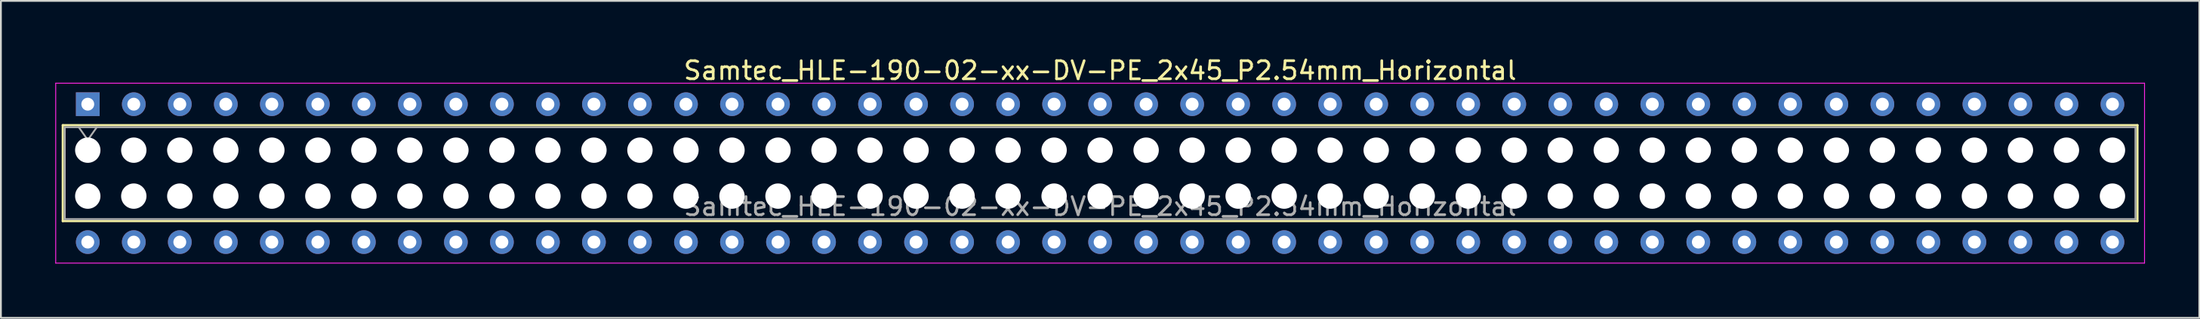
<source format=kicad_pcb>
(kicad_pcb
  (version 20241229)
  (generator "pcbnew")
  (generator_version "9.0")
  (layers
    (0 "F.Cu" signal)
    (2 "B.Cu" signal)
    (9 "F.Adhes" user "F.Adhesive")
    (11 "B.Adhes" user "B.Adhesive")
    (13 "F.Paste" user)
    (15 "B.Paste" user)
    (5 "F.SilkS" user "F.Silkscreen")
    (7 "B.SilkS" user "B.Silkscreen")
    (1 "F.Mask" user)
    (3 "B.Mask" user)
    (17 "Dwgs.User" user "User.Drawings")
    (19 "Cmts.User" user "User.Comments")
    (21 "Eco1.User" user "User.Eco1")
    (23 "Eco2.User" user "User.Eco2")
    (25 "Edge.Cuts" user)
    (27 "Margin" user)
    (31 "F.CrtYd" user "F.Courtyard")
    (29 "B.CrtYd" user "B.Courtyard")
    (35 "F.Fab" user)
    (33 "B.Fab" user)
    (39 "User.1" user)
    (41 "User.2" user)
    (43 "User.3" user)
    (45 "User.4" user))
  (footprint "Samtec_HLE-190-02-xx-DV-PE_2x45_P2.54mm_Horizontal"
    (layer "F.Cu")
    (at 1.795 2.708)
    (property "Reference" "Samtec_HLE-190-02-xx-DV-PE_2x45_P2.54mm_Horizontal" (at 55.88 -1.86 0) (layer "F.SilkS") (effects (font (size 1 1) (thickness 0.15))))
    (attr through_hole)
    (fp_line (start -1.38 1.16) (end 113.14 1.16) (stroke (width 0.12) (type solid)) (layer "F.SilkS"))
    (fp_line (start -1.38 6.46) (end -1.38 1.16) (stroke (width 0.12) (type solid)) (layer "F.SilkS"))
    (fp_line (start 113.14 1.16) (end 113.14 6.46) (stroke (width 0.12) (type solid)) (layer "F.SilkS"))
    (fp_line (start 113.14 6.46) (end -1.38 6.46) (stroke (width 0.12) (type solid)) (layer "F.SilkS"))
    (fp_line (start -1.77 -1.16) (end 113.53 -1.16) (stroke (width 0.05) (type solid)) (layer "F.CrtYd"))
    (fp_line (start -1.77 8.78) (end -1.77 -1.16) (stroke (width 0.05) (type solid)) (layer "F.CrtYd"))
    (fp_line (start 113.53 -1.16) (end 113.53 8.78) (stroke (width 0.05) (type solid)) (layer "F.CrtYd"))
    (fp_line (start 113.53 8.78) (end -1.77 8.78) (stroke (width 0.05) (type solid)) (layer "F.CrtYd"))
    (fp_line (start -1.27 1.27) (end 113.03 1.27) (stroke (width 0.1) (type solid)) (layer "F.Fab"))
    (fp_line (start -1.27 6.35) (end -1.27 1.27) (stroke (width 0.1) (type solid)) (layer "F.Fab"))
    (fp_line (start -0.5 1.27) (end 0 1.977) (stroke (width 0.1) (type solid)) (layer "F.Fab"))
    (fp_line (start 0 1.977) (end 0.5 1.27) (stroke (width 0.1) (type solid)) (layer "F.Fab"))
    (fp_line (start 113.03 1.27) (end 113.03 6.35) (stroke (width 0.1) (type solid)) (layer "F.Fab"))
    (fp_line (start 113.03 6.35) (end -1.27 6.35) (stroke (width 0.1) (type solid)) (layer "F.Fab"))
    (fp_text user "${REFERENCE}" (at 55.88 5.65 0) (layer "F.Fab") (effects (font (size 1 1) (thickness 0.15))))
    (pad "" np_thru_hole circle (at 0 2.54) (size 1.4 1.4) (drill 1.4) (layers "*.Cu" "*.Mask"))
    (pad "" np_thru_hole circle (at 0 5.08) (size 1.4 1.4) (drill 1.4) (layers "*.Cu" "*.Mask"))
    (pad "" np_thru_hole circle (at 2.54 2.54) (size 1.4 1.4) (drill 1.4) (layers "*.Cu" "*.Mask"))
    (pad "" np_thru_hole circle (at 2.54 5.08) (size 1.4 1.4) (drill 1.4) (layers "*.Cu" "*.Mask"))
    (pad "" np_thru_hole circle (at 5.08 2.54) (size 1.4 1.4) (drill 1.4) (layers "*.Cu" "*.Mask"))
    (pad "" np_thru_hole circle (at 5.08 5.08) (size 1.4 1.4) (drill 1.4) (layers "*.Cu" "*.Mask"))
    (pad "" np_thru_hole circle (at 7.62 2.54) (size 1.4 1.4) (drill 1.4) (layers "*.Cu" "*.Mask"))
    (pad "" np_thru_hole circle (at 7.62 5.08) (size 1.4 1.4) (drill 1.4) (layers "*.Cu" "*.Mask"))
    (pad "" np_thru_hole circle (at 10.16 2.54) (size 1.4 1.4) (drill 1.4) (layers "*.Cu" "*.Mask"))
    (pad "" np_thru_hole circle (at 10.16 5.08) (size 1.4 1.4) (drill 1.4) (layers "*.Cu" "*.Mask"))
    (pad "" np_thru_hole circle (at 12.7 2.54) (size 1.4 1.4) (drill 1.4) (layers "*.Cu" "*.Mask"))
    (pad "" np_thru_hole circle (at 12.7 5.08) (size 1.4 1.4) (drill 1.4) (layers "*.Cu" "*.Mask"))
    (pad "" np_thru_hole circle (at 15.24 2.54) (size 1.4 1.4) (drill 1.4) (layers "*.Cu" "*.Mask"))
    (pad "" np_thru_hole circle (at 15.24 5.08) (size 1.4 1.4) (drill 1.4) (layers "*.Cu" "*.Mask"))
    (pad "" np_thru_hole circle (at 17.78 2.54) (size 1.4 1.4) (drill 1.4) (layers "*.Cu" "*.Mask"))
    (pad "" np_thru_hole circle (at 17.78 5.08) (size 1.4 1.4) (drill 1.4) (layers "*.Cu" "*.Mask"))
    (pad "" np_thru_hole circle (at 20.32 2.54) (size 1.4 1.4) (drill 1.4) (layers "*.Cu" "*.Mask"))
    (pad "" np_thru_hole circle (at 20.32 5.08) (size 1.4 1.4) (drill 1.4) (layers "*.Cu" "*.Mask"))
    (pad "" np_thru_hole circle (at 22.86 2.54) (size 1.4 1.4) (drill 1.4) (layers "*.Cu" "*.Mask"))
    (pad "" np_thru_hole circle (at 22.86 5.08) (size 1.4 1.4) (drill 1.4) (layers "*.Cu" "*.Mask"))
    (pad "" np_thru_hole circle (at 25.4 2.54) (size 1.4 1.4) (drill 1.4) (layers "*.Cu" "*.Mask"))
    (pad "" np_thru_hole circle (at 25.4 5.08) (size 1.4 1.4) (drill 1.4) (layers "*.Cu" "*.Mask"))
    (pad "" np_thru_hole circle (at 27.94 2.54) (size 1.4 1.4) (drill 1.4) (layers "*.Cu" "*.Mask"))
    (pad "" np_thru_hole circle (at 27.94 5.08) (size 1.4 1.4) (drill 1.4) (layers "*.Cu" "*.Mask"))
    (pad "" np_thru_hole circle (at 30.48 2.54) (size 1.4 1.4) (drill 1.4) (layers "*.Cu" "*.Mask"))
    (pad "" np_thru_hole circle (at 30.48 5.08) (size 1.4 1.4) (drill 1.4) (layers "*.Cu" "*.Mask"))
    (pad "" np_thru_hole circle (at 33.02 2.54) (size 1.4 1.4) (drill 1.4) (layers "*.Cu" "*.Mask"))
    (pad "" np_thru_hole circle (at 33.02 5.08) (size 1.4 1.4) (drill 1.4) (layers "*.Cu" "*.Mask"))
    (pad "" np_thru_hole circle (at 35.56 2.54) (size 1.4 1.4) (drill 1.4) (layers "*.Cu" "*.Mask"))
    (pad "" np_thru_hole circle (at 35.56 5.08) (size 1.4 1.4) (drill 1.4) (layers "*.Cu" "*.Mask"))
    (pad "" np_thru_hole circle (at 38.1 2.54) (size 1.4 1.4) (drill 1.4) (layers "*.Cu" "*.Mask"))
    (pad "" np_thru_hole circle (at 38.1 5.08) (size 1.4 1.4) (drill 1.4) (layers "*.Cu" "*.Mask"))
    (pad "" np_thru_hole circle (at 40.64 2.54) (size 1.4 1.4) (drill 1.4) (layers "*.Cu" "*.Mask"))
    (pad "" np_thru_hole circle (at 40.64 5.08) (size 1.4 1.4) (drill 1.4) (layers "*.Cu" "*.Mask"))
    (pad "" np_thru_hole circle (at 43.18 2.54) (size 1.4 1.4) (drill 1.4) (layers "*.Cu" "*.Mask"))
    (pad "" np_thru_hole circle (at 43.18 5.08) (size 1.4 1.4) (drill 1.4) (layers "*.Cu" "*.Mask"))
    (pad "" np_thru_hole circle (at 45.72 2.54) (size 1.4 1.4) (drill 1.4) (layers "*.Cu" "*.Mask"))
    (pad "" np_thru_hole circle (at 45.72 5.08) (size 1.4 1.4) (drill 1.4) (layers "*.Cu" "*.Mask"))
    (pad "" np_thru_hole circle (at 48.26 2.54) (size 1.4 1.4) (drill 1.4) (layers "*.Cu" "*.Mask"))
    (pad "" np_thru_hole circle (at 48.26 5.08) (size 1.4 1.4) (drill 1.4) (layers "*.Cu" "*.Mask"))
    (pad "" np_thru_hole circle (at 50.8 2.54) (size 1.4 1.4) (drill 1.4) (layers "*.Cu" "*.Mask"))
    (pad "" np_thru_hole circle (at 50.8 5.08) (size 1.4 1.4) (drill 1.4) (layers "*.Cu" "*.Mask"))
    (pad "" np_thru_hole circle (at 53.34 2.54) (size 1.4 1.4) (drill 1.4) (layers "*.Cu" "*.Mask"))
    (pad "" np_thru_hole circle (at 53.34 5.08) (size 1.4 1.4) (drill 1.4) (layers "*.Cu" "*.Mask"))
    (pad "" np_thru_hole circle (at 55.88 2.54) (size 1.4 1.4) (drill 1.4) (layers "*.Cu" "*.Mask"))
    (pad "" np_thru_hole circle (at 55.88 5.08) (size 1.4 1.4) (drill 1.4) (layers "*.Cu" "*.Mask"))
    (pad "" np_thru_hole circle (at 58.42 2.54) (size 1.4 1.4) (drill 1.4) (layers "*.Cu" "*.Mask"))
    (pad "" np_thru_hole circle (at 58.42 5.08) (size 1.4 1.4) (drill 1.4) (layers "*.Cu" "*.Mask"))
    (pad "" np_thru_hole circle (at 60.96 2.54) (size 1.4 1.4) (drill 1.4) (layers "*.Cu" "*.Mask"))
    (pad "" np_thru_hole circle (at 60.96 5.08) (size 1.4 1.4) (drill 1.4) (layers "*.Cu" "*.Mask"))
    (pad "" np_thru_hole circle (at 63.5 2.54) (size 1.4 1.4) (drill 1.4) (layers "*.Cu" "*.Mask"))
    (pad "" np_thru_hole circle (at 63.5 5.08) (size 1.4 1.4) (drill 1.4) (layers "*.Cu" "*.Mask"))
    (pad "" np_thru_hole circle (at 66.04 2.54) (size 1.4 1.4) (drill 1.4) (layers "*.Cu" "*.Mask"))
    (pad "" np_thru_hole circle (at 66.04 5.08) (size 1.4 1.4) (drill 1.4) (layers "*.Cu" "*.Mask"))
    (pad "" np_thru_hole circle (at 68.58 2.54) (size 1.4 1.4) (drill 1.4) (layers "*.Cu" "*.Mask"))
    (pad "" np_thru_hole circle (at 68.58 5.08) (size 1.4 1.4) (drill 1.4) (layers "*.Cu" "*.Mask"))
    (pad "" np_thru_hole circle (at 71.12 2.54) (size 1.4 1.4) (drill 1.4) (layers "*.Cu" "*.Mask"))
    (pad "" np_thru_hole circle (at 71.12 5.08) (size 1.4 1.4) (drill 1.4) (layers "*.Cu" "*.Mask"))
    (pad "" np_thru_hole circle (at 73.66 2.54) (size 1.4 1.4) (drill 1.4) (layers "*.Cu" "*.Mask"))
    (pad "" np_thru_hole circle (at 73.66 5.08) (size 1.4 1.4) (drill 1.4) (layers "*.Cu" "*.Mask"))
    (pad "" np_thru_hole circle (at 76.2 2.54) (size 1.4 1.4) (drill 1.4) (layers "*.Cu" "*.Mask"))
    (pad "" np_thru_hole circle (at 76.2 5.08) (size 1.4 1.4) (drill 1.4) (layers "*.Cu" "*.Mask"))
    (pad "" np_thru_hole circle (at 78.74 2.54) (size 1.4 1.4) (drill 1.4) (layers "*.Cu" "*.Mask"))
    (pad "" np_thru_hole circle (at 78.74 5.08) (size 1.4 1.4) (drill 1.4) (layers "*.Cu" "*.Mask"))
    (pad "" np_thru_hole circle (at 81.28 2.54) (size 1.4 1.4) (drill 1.4) (layers "*.Cu" "*.Mask"))
    (pad "" np_thru_hole circle (at 81.28 5.08) (size 1.4 1.4) (drill 1.4) (layers "*.Cu" "*.Mask"))
    (pad "" np_thru_hole circle (at 83.82 2.54) (size 1.4 1.4) (drill 1.4) (layers "*.Cu" "*.Mask"))
    (pad "" np_thru_hole circle (at 83.82 5.08) (size 1.4 1.4) (drill 1.4) (layers "*.Cu" "*.Mask"))
    (pad "" np_thru_hole circle (at 86.36 2.54) (size 1.4 1.4) (drill 1.4) (layers "*.Cu" "*.Mask"))
    (pad "" np_thru_hole circle (at 86.36 5.08) (size 1.4 1.4) (drill 1.4) (layers "*.Cu" "*.Mask"))
    (pad "" np_thru_hole circle (at 88.9 2.54) (size 1.4 1.4) (drill 1.4) (layers "*.Cu" "*.Mask"))
    (pad "" np_thru_hole circle (at 88.9 5.08) (size 1.4 1.4) (drill 1.4) (layers "*.Cu" "*.Mask"))
    (pad "" np_thru_hole circle (at 91.44 2.54) (size 1.4 1.4) (drill 1.4) (layers "*.Cu" "*.Mask"))
    (pad "" np_thru_hole circle (at 91.44 5.08) (size 1.4 1.4) (drill 1.4) (layers "*.Cu" "*.Mask"))
    (pad "" np_thru_hole circle (at 93.98 2.54) (size 1.4 1.4) (drill 1.4) (layers "*.Cu" "*.Mask"))
    (pad "" np_thru_hole circle (at 93.98 5.08) (size 1.4 1.4) (drill 1.4) (layers "*.Cu" "*.Mask"))
    (pad "" np_thru_hole circle (at 96.52 2.54) (size 1.4 1.4) (drill 1.4) (layers "*.Cu" "*.Mask"))
    (pad "" np_thru_hole circle (at 96.52 5.08) (size 1.4 1.4) (drill 1.4) (layers "*.Cu" "*.Mask"))
    (pad "" np_thru_hole circle (at 99.06 2.54) (size 1.4 1.4) (drill 1.4) (layers "*.Cu" "*.Mask"))
    (pad "" np_thru_hole circle (at 99.06 5.08) (size 1.4 1.4) (drill 1.4) (layers "*.Cu" "*.Mask"))
    (pad "" np_thru_hole circle (at 101.6 2.54) (size 1.4 1.4) (drill 1.4) (layers "*.Cu" "*.Mask"))
    (pad "" np_thru_hole circle (at 101.6 5.08) (size 1.4 1.4) (drill 1.4) (layers "*.Cu" "*.Mask"))
    (pad "" np_thru_hole circle (at 104.14 2.54) (size 1.4 1.4) (drill 1.4) (layers "*.Cu" "*.Mask"))
    (pad "" np_thru_hole circle (at 104.14 5.08) (size 1.4 1.4) (drill 1.4) (layers "*.Cu" "*.Mask"))
    (pad "" np_thru_hole circle (at 106.68 2.54) (size 1.4 1.4) (drill 1.4) (layers "*.Cu" "*.Mask"))
    (pad "" np_thru_hole circle (at 106.68 5.08) (size 1.4 1.4) (drill 1.4) (layers "*.Cu" "*.Mask"))
    (pad "" np_thru_hole circle (at 109.22 2.54) (size 1.4 1.4) (drill 1.4) (layers "*.Cu" "*.Mask"))
    (pad "" np_thru_hole circle (at 109.22 5.08) (size 1.4 1.4) (drill 1.4) (layers "*.Cu" "*.Mask"))
    (pad "" np_thru_hole circle (at 111.76 2.54) (size 1.4 1.4) (drill 1.4) (layers "*.Cu" "*.Mask"))
    (pad "" np_thru_hole circle (at 111.76 5.08) (size 1.4 1.4) (drill 1.4) (layers "*.Cu" "*.Mask"))
    (pad "1" thru_hole rect (at 0 0) (size 1.31 1.31) (drill 0.71) (layers "*.Cu" "*.Mask"))
    (pad "2" thru_hole circle (at 0 7.62) (size 1.31 1.31) (drill 0.71) (layers "*.Cu" "*.Mask"))
    (pad "3" thru_hole circle (at 2.54 0) (size 1.31 1.31) (drill 0.71) (layers "*.Cu" "*.Mask"))
    (pad "4" thru_hole circle (at 2.54 7.62) (size 1.31 1.31) (drill 0.71) (layers "*.Cu" "*.Mask"))
    (pad "5" thru_hole circle (at 5.08 0) (size 1.31 1.31) (drill 0.71) (layers "*.Cu" "*.Mask"))
    (pad "6" thru_hole circle (at 5.08 7.62) (size 1.31 1.31) (drill 0.71) (layers "*.Cu" "*.Mask"))
    (pad "7" thru_hole circle (at 7.62 0) (size 1.31 1.31) (drill 0.71) (layers "*.Cu" "*.Mask"))
    (pad "8" thru_hole circle (at 7.62 7.62) (size 1.31 1.31) (drill 0.71) (layers "*.Cu" "*.Mask"))
    (pad "9" thru_hole circle (at 10.16 0) (size 1.31 1.31) (drill 0.71) (layers "*.Cu" "*.Mask"))
    (pad "10" thru_hole circle (at 10.16 7.62) (size 1.31 1.31) (drill 0.71) (layers "*.Cu" "*.Mask"))
    (pad "11" thru_hole circle (at 12.7 0) (size 1.31 1.31) (drill 0.71) (layers "*.Cu" "*.Mask"))
    (pad "12" thru_hole circle (at 12.7 7.62) (size 1.31 1.31) (drill 0.71) (layers "*.Cu" "*.Mask"))
    (pad "13" thru_hole circle (at 15.24 0) (size 1.31 1.31) (drill 0.71) (layers "*.Cu" "*.Mask"))
    (pad "14" thru_hole circle (at 15.24 7.62) (size 1.31 1.31) (drill 0.71) (layers "*.Cu" "*.Mask"))
    (pad "15" thru_hole circle (at 17.78 0) (size 1.31 1.31) (drill 0.71) (layers "*.Cu" "*.Mask"))
    (pad "16" thru_hole circle (at 17.78 7.62) (size 1.31 1.31) (drill 0.71) (layers "*.Cu" "*.Mask"))
    (pad "17" thru_hole circle (at 20.32 0) (size 1.31 1.31) (drill 0.71) (layers "*.Cu" "*.Mask"))
    (pad "18" thru_hole circle (at 20.32 7.62) (size 1.31 1.31) (drill 0.71) (layers "*.Cu" "*.Mask"))
    (pad "19" thru_hole circle (at 22.86 0) (size 1.31 1.31) (drill 0.71) (layers "*.Cu" "*.Mask"))
    (pad "20" thru_hole circle (at 22.86 7.62) (size 1.31 1.31) (drill 0.71) (layers "*.Cu" "*.Mask"))
    (pad "21" thru_hole circle (at 25.4 0) (size 1.31 1.31) (drill 0.71) (layers "*.Cu" "*.Mask"))
    (pad "22" thru_hole circle (at 25.4 7.62) (size 1.31 1.31) (drill 0.71) (layers "*.Cu" "*.Mask"))
    (pad "23" thru_hole circle (at 27.94 0) (size 1.31 1.31) (drill 0.71) (layers "*.Cu" "*.Mask"))
    (pad "24" thru_hole circle (at 27.94 7.62) (size 1.31 1.31) (drill 0.71) (layers "*.Cu" "*.Mask"))
    (pad "25" thru_hole circle (at 30.48 0) (size 1.31 1.31) (drill 0.71) (layers "*.Cu" "*.Mask"))
    (pad "26" thru_hole circle (at 30.48 7.62) (size 1.31 1.31) (drill 0.71) (layers "*.Cu" "*.Mask"))
    (pad "27" thru_hole circle (at 33.02 0) (size 1.31 1.31) (drill 0.71) (layers "*.Cu" "*.Mask"))
    (pad "28" thru_hole circle (at 33.02 7.62) (size 1.31 1.31) (drill 0.71) (layers "*.Cu" "*.Mask"))
    (pad "29" thru_hole circle (at 35.56 0) (size 1.31 1.31) (drill 0.71) (layers "*.Cu" "*.Mask"))
    (pad "30" thru_hole circle (at 35.56 7.62) (size 1.31 1.31) (drill 0.71) (layers "*.Cu" "*.Mask"))
    (pad "31" thru_hole circle (at 38.1 0) (size 1.31 1.31) (drill 0.71) (layers "*.Cu" "*.Mask"))
    (pad "32" thru_hole circle (at 38.1 7.62) (size 1.31 1.31) (drill 0.71) (layers "*.Cu" "*.Mask"))
    (pad "33" thru_hole circle (at 40.64 0) (size 1.31 1.31) (drill 0.71) (layers "*.Cu" "*.Mask"))
    (pad "34" thru_hole circle (at 40.64 7.62) (size 1.31 1.31) (drill 0.71) (layers "*.Cu" "*.Mask"))
    (pad "35" thru_hole circle (at 43.18 0) (size 1.31 1.31) (drill 0.71) (layers "*.Cu" "*.Mask"))
    (pad "36" thru_hole circle (at 43.18 7.62) (size 1.31 1.31) (drill 0.71) (layers "*.Cu" "*.Mask"))
    (pad "37" thru_hole circle (at 45.72 0) (size 1.31 1.31) (drill 0.71) (layers "*.Cu" "*.Mask"))
    (pad "38" thru_hole circle (at 45.72 7.62) (size 1.31 1.31) (drill 0.71) (layers "*.Cu" "*.Mask"))
    (pad "39" thru_hole circle (at 48.26 0) (size 1.31 1.31) (drill 0.71) (layers "*.Cu" "*.Mask"))
    (pad "40" thru_hole circle (at 48.26 7.62) (size 1.31 1.31) (drill 0.71) (layers "*.Cu" "*.Mask"))
    (pad "41" thru_hole circle (at 50.8 0) (size 1.31 1.31) (drill 0.71) (layers "*.Cu" "*.Mask"))
    (pad "42" thru_hole circle (at 50.8 7.62) (size 1.31 1.31) (drill 0.71) (layers "*.Cu" "*.Mask"))
    (pad "43" thru_hole circle (at 53.34 0) (size 1.31 1.31) (drill 0.71) (layers "*.Cu" "*.Mask"))
    (pad "44" thru_hole circle (at 53.34 7.62) (size 1.31 1.31) (drill 0.71) (layers "*.Cu" "*.Mask"))
    (pad "45" thru_hole circle (at 55.88 0) (size 1.31 1.31) (drill 0.71) (layers "*.Cu" "*.Mask"))
    (pad "46" thru_hole circle (at 55.88 7.62) (size 1.31 1.31) (drill 0.71) (layers "*.Cu" "*.Mask"))
    (pad "47" thru_hole circle (at 58.42 0) (size 1.31 1.31) (drill 0.71) (layers "*.Cu" "*.Mask"))
    (pad "48" thru_hole circle (at 58.42 7.62) (size 1.31 1.31) (drill 0.71) (layers "*.Cu" "*.Mask"))
    (pad "49" thru_hole circle (at 60.96 0) (size 1.31 1.31) (drill 0.71) (layers "*.Cu" "*.Mask"))
    (pad "50" thru_hole circle (at 60.96 7.62) (size 1.31 1.31) (drill 0.71) (layers "*.Cu" "*.Mask"))
    (pad "51" thru_hole circle (at 63.5 0) (size 1.31 1.31) (drill 0.71) (layers "*.Cu" "*.Mask"))
    (pad "52" thru_hole circle (at 63.5 7.62) (size 1.31 1.31) (drill 0.71) (layers "*.Cu" "*.Mask"))
    (pad "53" thru_hole circle (at 66.04 0) (size 1.31 1.31) (drill 0.71) (layers "*.Cu" "*.Mask"))
    (pad "54" thru_hole circle (at 66.04 7.62) (size 1.31 1.31) (drill 0.71) (layers "*.Cu" "*.Mask"))
    (pad "55" thru_hole circle (at 68.58 0) (size 1.31 1.31) (drill 0.71) (layers "*.Cu" "*.Mask"))
    (pad "56" thru_hole circle (at 68.58 7.62) (size 1.31 1.31) (drill 0.71) (layers "*.Cu" "*.Mask"))
    (pad "57" thru_hole circle (at 71.12 0) (size 1.31 1.31) (drill 0.71) (layers "*.Cu" "*.Mask"))
    (pad "58" thru_hole circle (at 71.12 7.62) (size 1.31 1.31) (drill 0.71) (layers "*.Cu" "*.Mask"))
    (pad "59" thru_hole circle (at 73.66 0) (size 1.31 1.31) (drill 0.71) (layers "*.Cu" "*.Mask"))
    (pad "60" thru_hole circle (at 73.66 7.62) (size 1.31 1.31) (drill 0.71) (layers "*.Cu" "*.Mask"))
    (pad "61" thru_hole circle (at 76.2 0) (size 1.31 1.31) (drill 0.71) (layers "*.Cu" "*.Mask"))
    (pad "62" thru_hole circle (at 76.2 7.62) (size 1.31 1.31) (drill 0.71) (layers "*.Cu" "*.Mask"))
    (pad "63" thru_hole circle (at 78.74 0) (size 1.31 1.31) (drill 0.71) (layers "*.Cu" "*.Mask"))
    (pad "64" thru_hole circle (at 78.74 7.62) (size 1.31 1.31) (drill 0.71) (layers "*.Cu" "*.Mask"))
    (pad "65" thru_hole circle (at 81.28 0) (size 1.31 1.31) (drill 0.71) (layers "*.Cu" "*.Mask"))
    (pad "66" thru_hole circle (at 81.28 7.62) (size 1.31 1.31) (drill 0.71) (layers "*.Cu" "*.Mask"))
    (pad "67" thru_hole circle (at 83.82 0) (size 1.31 1.31) (drill 0.71) (layers "*.Cu" "*.Mask"))
    (pad "68" thru_hole circle (at 83.82 7.62) (size 1.31 1.31) (drill 0.71) (layers "*.Cu" "*.Mask"))
    (pad "69" thru_hole circle (at 86.36 0) (size 1.31 1.31) (drill 0.71) (layers "*.Cu" "*.Mask"))
    (pad "70" thru_hole circle (at 86.36 7.62) (size 1.31 1.31) (drill 0.71) (layers "*.Cu" "*.Mask"))
    (pad "71" thru_hole circle (at 88.9 0) (size 1.31 1.31) (drill 0.71) (layers "*.Cu" "*.Mask"))
    (pad "72" thru_hole circle (at 88.9 7.62) (size 1.31 1.31) (drill 0.71) (layers "*.Cu" "*.Mask"))
    (pad "73" thru_hole circle (at 91.44 0) (size 1.31 1.31) (drill 0.71) (layers "*.Cu" "*.Mask"))
    (pad "74" thru_hole circle (at 91.44 7.62) (size 1.31 1.31) (drill 0.71) (layers "*.Cu" "*.Mask"))
    (pad "75" thru_hole circle (at 93.98 0) (size 1.31 1.31) (drill 0.71) (layers "*.Cu" "*.Mask"))
    (pad "76" thru_hole circle (at 93.98 7.62) (size 1.31 1.31) (drill 0.71) (layers "*.Cu" "*.Mask"))
    (pad "77" thru_hole circle (at 96.52 0) (size 1.31 1.31) (drill 0.71) (layers "*.Cu" "*.Mask"))
    (pad "78" thru_hole circle (at 96.52 7.62) (size 1.31 1.31) (drill 0.71) (layers "*.Cu" "*.Mask"))
    (pad "79" thru_hole circle (at 99.06 0) (size 1.31 1.31) (drill 0.71) (layers "*.Cu" "*.Mask"))
    (pad "80" thru_hole circle (at 99.06 7.62) (size 1.31 1.31) (drill 0.71) (layers "*.Cu" "*.Mask"))
    (pad "81" thru_hole circle (at 101.6 0) (size 1.31 1.31) (drill 0.71) (layers "*.Cu" "*.Mask"))
    (pad "82" thru_hole circle (at 101.6 7.62) (size 1.31 1.31) (drill 0.71) (layers "*.Cu" "*.Mask"))
    (pad "83" thru_hole circle (at 104.14 0) (size 1.31 1.31) (drill 0.71) (layers "*.Cu" "*.Mask"))
    (pad "84" thru_hole circle (at 104.14 7.62) (size 1.31 1.31) (drill 0.71) (layers "*.Cu" "*.Mask"))
    (pad "85" thru_hole circle (at 106.68 0) (size 1.31 1.31) (drill 0.71) (layers "*.Cu" "*.Mask"))
    (pad "86" thru_hole circle (at 106.68 7.62) (size 1.31 1.31) (drill 0.71) (layers "*.Cu" "*.Mask"))
    (pad "87" thru_hole circle (at 109.22 0) (size 1.31 1.31) (drill 0.71) (layers "*.Cu" "*.Mask"))
    (pad "88" thru_hole circle (at 109.22 7.62) (size 1.31 1.31) (drill 0.71) (layers "*.Cu" "*.Mask"))
    (pad "89" thru_hole circle (at 111.76 0) (size 1.31 1.31) (drill 0.71) (layers "*.Cu" "*.Mask"))
    (pad "90" thru_hole circle (at 111.76 7.62) (size 1.31 1.31) (drill 0.71) (layers "*.Cu" "*.Mask")))
  (gr_rect
    (start -3 -3)
    (end 118.35 14.513)
    (stroke (width 0.1) (type default))
    (fill no)
    (layer "Edge.Cuts")))
</source>
